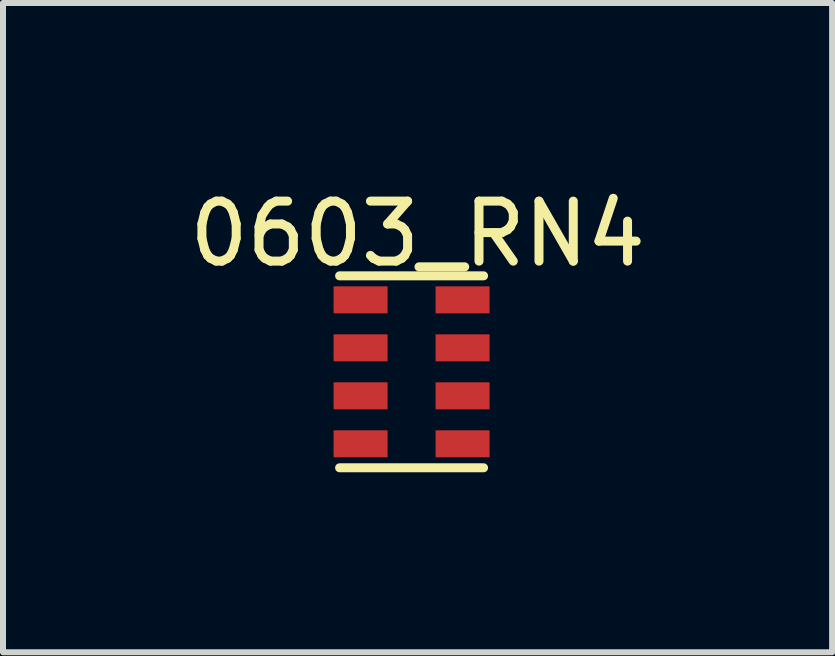
<source format=kicad_pcb>
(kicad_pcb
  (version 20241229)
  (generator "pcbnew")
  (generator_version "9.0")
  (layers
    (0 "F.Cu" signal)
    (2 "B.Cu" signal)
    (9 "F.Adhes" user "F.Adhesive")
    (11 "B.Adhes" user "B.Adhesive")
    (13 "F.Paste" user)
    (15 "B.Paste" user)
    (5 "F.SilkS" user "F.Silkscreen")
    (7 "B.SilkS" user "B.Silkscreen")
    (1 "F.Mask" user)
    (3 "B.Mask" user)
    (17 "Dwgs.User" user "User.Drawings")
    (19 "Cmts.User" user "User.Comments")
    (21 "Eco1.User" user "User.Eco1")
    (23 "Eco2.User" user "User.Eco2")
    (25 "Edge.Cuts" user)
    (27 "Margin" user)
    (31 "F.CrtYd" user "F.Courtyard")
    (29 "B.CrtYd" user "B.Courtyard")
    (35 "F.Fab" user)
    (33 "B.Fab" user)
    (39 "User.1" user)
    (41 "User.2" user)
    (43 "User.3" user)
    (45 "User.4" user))
  (footprint "0603_RN4"
    (layer "F.Cu")
    (at 3.811 3.148)
    (property "Reference" "0603_RN4" (at 0.1 -2.3 0) (layer "F.SilkS") (effects (font (size 1 1) (thickness 0.15))))
    (attr through_hole)
    (fp_line (start -1.2 -1.6) (end 1.2 -1.6) (stroke (width 0.15) (type solid)) (layer "F.SilkS"))
    (fp_line (start 1.2 1.6) (end -1.2 1.6) (stroke (width 0.15) (type solid)) (layer "F.SilkS"))
    (pad "1" smd rect (at -0.85 -1.2) (size 0.9 0.45) (layers "F.Cu" "F.Mask" "F.Paste"))
    (pad "2" smd rect (at -0.85 -0.4) (size 0.9 0.45) (layers "F.Cu" "F.Mask" "F.Paste"))
    (pad "3" smd rect (at -0.85 0.4) (size 0.9 0.45) (layers "F.Cu" "F.Mask" "F.Paste"))
    (pad "4" smd rect (at -0.85 1.2) (size 0.9 0.45) (layers "F.Cu" "F.Mask" "F.Paste"))
    (pad "5" smd rect (at 0.85 1.2) (size 0.9 0.45) (layers "F.Cu" "F.Mask" "F.Paste"))
    (pad "6" smd rect (at 0.85 0.4) (size 0.9 0.45) (layers "F.Cu" "F.Mask" "F.Paste"))
    (pad "7" smd rect (at 0.85 -0.4) (size 0.9 0.45) (layers "F.Cu" "F.Mask" "F.Paste"))
    (pad "8" smd rect (at 0.85 -1.2) (size 0.9 0.45) (layers "F.Cu" "F.Mask" "F.Paste")))
  (gr_rect
    (start -3 -3)
    (end 10.821 7.823)
    (stroke (width 0.1) (type default))
    (fill no)
    (layer "Edge.Cuts")))
</source>
